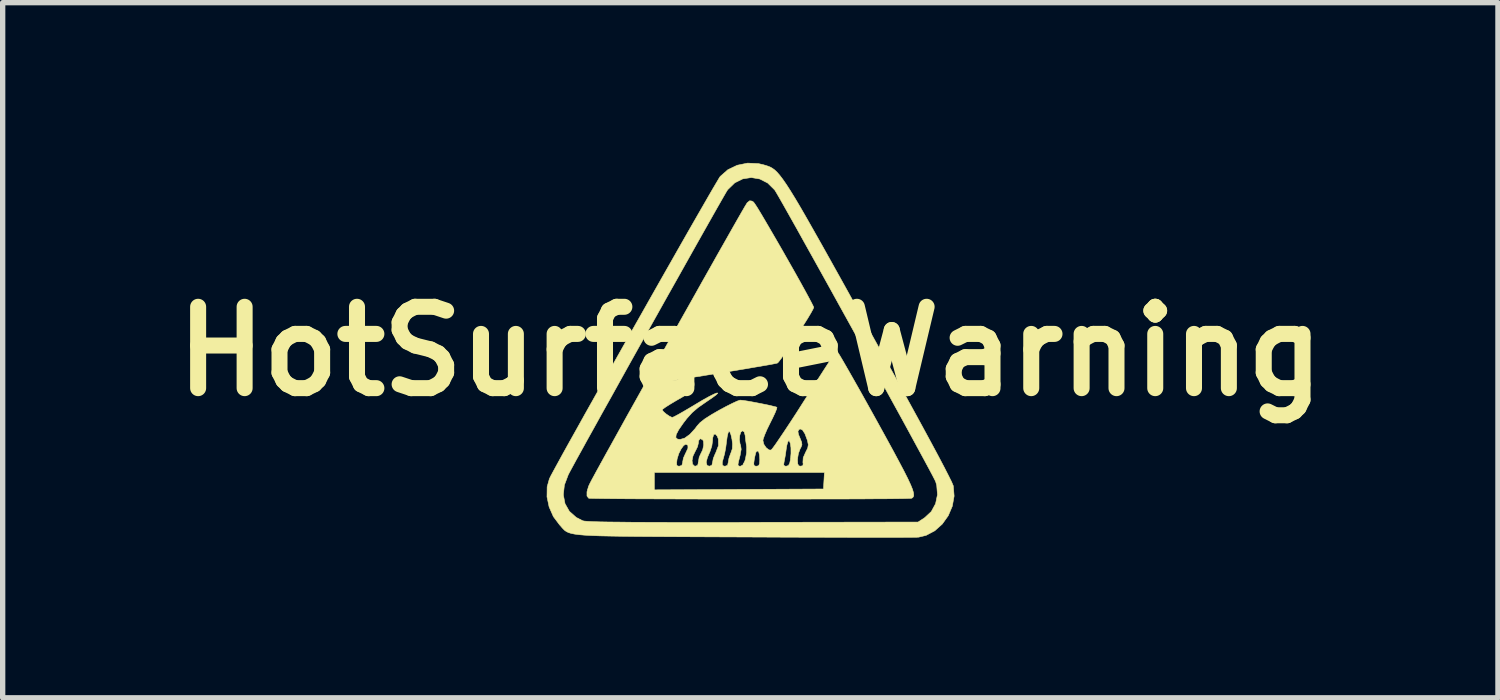
<source format=kicad_pcb>
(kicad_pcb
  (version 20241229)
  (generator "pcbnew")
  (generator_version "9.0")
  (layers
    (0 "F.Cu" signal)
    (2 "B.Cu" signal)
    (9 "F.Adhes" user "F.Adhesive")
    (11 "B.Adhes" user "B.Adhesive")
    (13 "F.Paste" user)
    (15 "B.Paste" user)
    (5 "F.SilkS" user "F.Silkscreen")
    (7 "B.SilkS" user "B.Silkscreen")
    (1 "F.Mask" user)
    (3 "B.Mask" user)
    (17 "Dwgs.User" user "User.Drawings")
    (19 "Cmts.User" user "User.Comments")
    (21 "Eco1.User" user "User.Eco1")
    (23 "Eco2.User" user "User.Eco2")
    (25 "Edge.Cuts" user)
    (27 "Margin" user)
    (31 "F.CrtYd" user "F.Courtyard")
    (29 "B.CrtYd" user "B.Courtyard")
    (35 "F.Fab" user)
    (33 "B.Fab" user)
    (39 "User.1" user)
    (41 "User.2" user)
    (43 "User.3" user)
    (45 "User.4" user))
  (footprint "HotSurfaceWarning"
    (layer "F.Cu")
    (at 11.002 3.53)
    (property "Reference" "HotSurfaceWarning" (at 0 0 0) (layer "F.SilkS") (effects (font (size 1.524 1.524) (thickness 0.3))))
    (attr through_hole)
    (fp_poly (pts (xy 0.152 -3.516) (xy 0.243 -3.495) (xy 0.291 -3.481) (xy 0.334 -3.467) (xy 0.376 -3.45) (xy 0.416 -3.427) (xy 0.458 -3.396) (xy 0.503 -3.353) (xy 0.553 -3.295) (xy 0.61 -3.22) (xy 0.675 -3.126) (xy 0.751 -3.008) (xy 0.839 -2.865) (xy 0.941 -2.693) (xy 1.058 -2.49) (xy 1.193 -2.252) (xy 1.348 -1.978) (xy 1.524 -1.663) (xy 1.723 -1.306) (xy 1.946 -0.904) (xy 2.197 -0.453) (xy 2.221 -0.409) (xy 2.507 0.106) (xy 2.765 0.573) (xy 2.994 0.99) (xy 3.195 1.357) (xy 3.368 1.676) (xy 3.512 1.944) (xy 3.627 2.162) (xy 3.713 2.33) (xy 3.771 2.447) (xy 3.799 2.513) (xy 3.802 2.522) (xy 3.817 2.711) (xy 3.783 2.9) (xy 3.707 3.078) (xy 3.595 3.235) (xy 3.454 3.361) (xy 3.291 3.447) (xy 3.153 3.48) (xy 3.11 3.482) (xy 3.012 3.483) (xy 2.863 3.484) (xy 2.667 3.484) (xy 2.428 3.484) (xy 2.15 3.484) (xy 1.837 3.484) (xy 1.493 3.483) (xy 1.121 3.482) (xy 0.726 3.481) (xy 0.313 3.479) (xy -0.116 3.477) (xy -0.118 3.477) (xy -0.625 3.475) (xy -1.077 3.473) (xy -1.477 3.471) (xy -1.828 3.469) (xy -2.134 3.467) (xy -2.398 3.464) (xy -2.623 3.46) (xy -2.813 3.456) (xy -2.971 3.45) (xy -3.101 3.443) (xy -3.206 3.434) (xy -3.289 3.423) (xy -3.353 3.41) (xy -3.403 3.395) (xy -3.441 3.377) (xy -3.472 3.357) (xy -3.497 3.333) (xy -3.522 3.307) (xy -3.548 3.276) (xy -3.571 3.251) (xy -3.688 3.095) (xy -3.768 2.914) (xy -3.808 2.724) (xy -3.807 2.687) (xy -3.502 2.687) (xy -3.47 2.853) (xy -3.389 2.996) (xy -3.259 3.111) (xy -3.138 3.173) (xy -3.108 3.179) (xy -3.047 3.184) (xy -2.952 3.189) (xy -2.822 3.193) (xy -2.654 3.196) (xy -2.446 3.198) (xy -2.194 3.201) (xy -1.897 3.202) (xy -1.553 3.203) (xy -1.157 3.203) (xy -0.709 3.203) (xy -0.206 3.203) (xy 0.046 3.202) (xy 3.142 3.197) (xy 3.268 3.114) (xy 3.39 3) (xy 3.47 2.853) (xy 3.505 2.685) (xy 3.491 2.508) (xy 3.472 2.443) (xy 3.453 2.402) (xy 3.408 2.315) (xy 3.338 2.184) (xy 3.247 2.015) (xy 3.136 1.811) (xy 3.009 1.577) (xy 2.867 1.316) (xy 2.712 1.034) (xy 2.547 0.734) (xy 2.375 0.42) (xy 2.197 0.098) (xy 2.017 -0.23) (xy 1.835 -0.559) (xy 1.655 -0.884) (xy 1.48 -1.201) (xy 1.31 -1.507) (xy 1.149 -1.796) (xy 0.999 -2.065) (xy 0.863 -2.31) (xy 0.742 -2.525) (xy 0.639 -2.708) (xy 0.556 -2.854) (xy 0.496 -2.958) (xy 0.461 -3.016) (xy 0.454 -3.025) (xy 0.326 -3.152) (xy 0.177 -3.228) (xy 0.018 -3.255) (xy -0.142 -3.23) (xy -0.291 -3.156) (xy -0.421 -3.03) (xy -0.425 -3.025) (xy -0.448 -2.989) (xy -0.496 -2.906) (xy -0.568 -2.78) (xy -0.662 -2.615) (xy -0.775 -2.415) (xy -0.905 -2.185) (xy -1.049 -1.929) (xy -1.205 -1.651) (xy -1.371 -1.355) (xy -1.545 -1.046) (xy -1.723 -0.728) (xy -1.904 -0.405) (xy -2.085 -0.081) (xy -2.264 0.239) (xy -2.438 0.552) (xy -2.605 0.853) (xy -2.764 1.137) (xy -2.91 1.401) (xy -3.043 1.64) (xy -3.159 1.851) (xy -3.257 2.028) (xy -3.333 2.168) (xy -3.386 2.266) (xy -3.409 2.31) (xy -3.482 2.504) (xy -3.502 2.687) (xy -3.807 2.687) (xy -3.805 2.537) (xy -3.763 2.387) (xy -3.738 2.336) (xy -3.686 2.239) (xy -3.61 2.1) (xy -3.513 1.923) (xy -3.396 1.712) (xy -3.261 1.471) (xy -3.113 1.205) (xy -2.951 0.917) (xy -2.78 0.612) (xy -2.601 0.294) (xy -2.416 -0.033) (xy -2.229 -0.366) (xy -2.04 -0.699) (xy -1.853 -1.03) (xy -1.67 -1.353) (xy -1.493 -1.664) (xy -1.325 -1.96) (xy -1.167 -2.237) (xy -1.022 -2.49) (xy -0.893 -2.714) (xy -0.782 -2.907) (xy -0.691 -3.064) (xy -0.622 -3.18) (xy -0.579 -3.253) (xy -0.564 -3.275) (xy -0.421 -3.401) (xy -0.246 -3.485) (xy -0.051 -3.525) (xy 0.152 -3.516)) (stroke (width 0.01) (type solid)) (fill yes) (layer "F.SilkS"))
    (fp_poly (pts (xy 0.031 -2.814) (xy 0.06 -2.796) (xy 0.084 -2.764) (xy 0.133 -2.689) (xy 0.202 -2.575) (xy 0.287 -2.431) (xy 0.385 -2.263) (xy 0.492 -2.079) (xy 0.604 -1.885) (xy 0.716 -1.688) (xy 0.825 -1.496) (xy 0.927 -1.314) (xy 1.017 -1.151) (xy 1.092 -1.013) (xy 1.148 -0.907) (xy 1.181 -0.841) (xy 1.188 -0.824) (xy 1.175 -0.791) (xy 1.135 -0.718) (xy 1.073 -0.614) (xy 0.995 -0.49) (xy 0.907 -0.353) (xy 0.816 -0.212) (xy 0.726 -0.078) (xy 0.644 0.042) (xy 0.576 0.137) (xy 0.528 0.2) (xy 0.507 0.22) (xy 0.467 0.229) (xy 0.376 0.247) (xy 0.242 0.27) (xy 0.072 0.299) (xy -0.126 0.333) (xy -0.344 0.369) (xy -0.441 0.384) (xy -0.669 0.421) (xy -0.881 0.456) (xy -1.071 0.486) (xy -1.23 0.512) (xy -1.35 0.532) (xy -1.423 0.544) (xy -1.436 0.546) (xy -1.51 0.574) (xy -1.536 0.616) (xy -1.518 0.666) (xy -1.463 0.713) (xy -1.377 0.75) (xy -1.296 0.765) (xy -1.142 0.781) (xy -1.396 0.927) (xy -1.503 0.991) (xy -1.588 1.045) (xy -1.64 1.083) (xy -1.65 1.095) (xy -1.628 1.128) (xy -1.575 1.174) (xy -1.514 1.215) (xy -1.466 1.237) (xy -1.461 1.238) (xy -1.425 1.223) (xy -1.348 1.182) (xy -1.241 1.121) (xy -1.112 1.045) (xy -1.037 1) (xy -0.886 0.91) (xy -0.765 0.843) (xy -0.676 0.799) (xy -0.623 0.779) (xy -0.609 0.783) (xy -0.637 0.813) (xy -0.711 0.868) (xy -0.833 0.951) (xy -0.978 1.052) (xy -1.09 1.148) (xy -1.19 1.259) (xy -1.253 1.341) (xy -1.341 1.468) (xy -1.388 1.558) (xy -1.395 1.615) (xy -1.363 1.644) (xy -1.314 1.65) (xy -1.229 1.625) (xy -1.132 1.555) (xy -1.035 1.449) (xy -0.999 1.4) (xy -0.943 1.337) (xy -0.852 1.265) (xy -0.718 1.18) (xy -0.586 1.104) (xy -0.454 1.033) (xy -0.337 0.974) (xy -0.246 0.932) (xy -0.193 0.914) (xy -0.188 0.914) (xy -0.134 0.919) (xy -0.042 0.933) (xy 0.073 0.954) (xy 0.197 0.978) (xy 0.316 1.002) (xy 0.415 1.025) (xy 0.481 1.041) (xy 0.499 1.049) (xy 0.492 1.08) (xy 0.464 1.151) (xy 0.417 1.251) (xy 0.375 1.335) (xy 0.316 1.455) (xy 0.27 1.562) (xy 0.242 1.64) (xy 0.236 1.669) (xy 0.253 1.74) (xy 0.296 1.804) (xy 0.349 1.846) (xy 0.388 1.849) (xy 0.414 1.821) (xy 0.467 1.749) (xy 0.543 1.638) (xy 0.64 1.494) (xy 0.753 1.323) (xy 0.878 1.131) (xy 1.011 0.922) (xy 1.015 0.916) (xy 1.148 0.707) (xy 1.271 0.515) (xy 1.381 0.344) (xy 1.474 0.2) (xy 1.547 0.089) (xy 1.596 0.017) (xy 1.616 -0.012) (xy 1.617 -0.012) (xy 1.634 0.011) (xy 1.677 0.08) (xy 1.743 0.192) (xy 1.829 0.341) (xy 1.932 0.522) (xy 2.05 0.73) (xy 2.179 0.961) (xy 2.318 1.211) (xy 2.35 1.269) (xy 2.521 1.579) (xy 2.665 1.842) (xy 2.783 2.062) (xy 2.878 2.242) (xy 2.951 2.387) (xy 3.004 2.501) (xy 3.039 2.588) (xy 3.057 2.652) (xy 3.061 2.697) (xy 3.052 2.726) (xy 3.033 2.745) (xy 3.018 2.752) (xy 2.982 2.754) (xy 2.893 2.757) (xy 2.754 2.759) (xy 2.571 2.761) (xy 2.348 2.762) (xy 2.09 2.764) (xy 1.802 2.765) (xy 1.489 2.766) (xy 1.156 2.766) (xy 0.807 2.767) (xy 0.447 2.767) (xy 0.081 2.767) (xy -0.286 2.767) (xy -0.649 2.767) (xy -1.003 2.766) (xy -1.345 2.765) (xy -1.668 2.764) (xy -1.968 2.763) (xy -2.24 2.762) (xy -2.48 2.76) (xy -2.683 2.758) (xy -2.843 2.756) (xy -2.957 2.754) (xy -3.018 2.752) (xy -3.028 2.75) (xy -3.059 2.709) (xy -3.059 2.631) (xy -3.03 2.529) (xy -3.006 2.477) (xy -2.968 2.404) (xy -2.905 2.288) (xy -2.895 2.269) (xy -1.797 2.269) (xy -1.797 2.594) (xy -0.214 2.586) (xy 1.37 2.578) (xy 1.379 2.424) (xy 1.388 2.269) (xy -1.797 2.269) (xy -2.895 2.269) (xy -2.82 2.133) (xy -2.805 2.106) (xy -1.382 2.106) (xy -1.373 2.141) (xy -1.341 2.151) (xy -1.33 2.151) (xy -1.282 2.136) (xy -1.267 2.083) (xy -1.267 2.073) (xy -1.262 2.046) (xy -1.091 2.046) (xy -1.081 2.114) (xy -1.045 2.149) (xy -1.031 2.151) (xy -0.987 2.136) (xy -0.973 2.084) (xy -0.825 2.084) (xy -0.809 2.138) (xy -0.766 2.151) (xy -0.72 2.134) (xy -0.718 2.126) (xy -0.525 2.126) (xy -0.498 2.149) (xy -0.471 2.151) (xy -0.425 2.134) (xy -0.422 2.118) (xy -0.231 2.118) (xy -0.224 2.144) (xy -0.201 2.151) (xy -0.183 2.151) (xy -0.14 2.128) (xy -0.128 2.104) (xy 0.064 2.104) (xy 0.072 2.141) (xy 0.102 2.151) (xy 0.115 2.151) (xy 0.154 2.143) (xy 0.162 2.128) (xy 0.624 2.128) (xy 0.647 2.149) (xy 0.672 2.151) (xy 0.714 2.139) (xy 0.738 2.094) (xy 0.751 2.03) (xy 0.884 2.03) (xy 0.889 2.109) (xy 0.908 2.144) (xy 0.943 2.151) (xy 0.986 2.14) (xy 0.989 2.097) (xy 0.985 2.08) (xy 0.991 1.991) (xy 1.035 1.892) (xy 1.075 1.812) (xy 1.086 1.749) (xy 1.071 1.674) (xy 1.067 1.661) (xy 1.023 1.543) (xy 0.977 1.472) (xy 0.933 1.453) (xy 0.911 1.465) (xy 0.892 1.5) (xy 0.902 1.556) (xy 0.929 1.621) (xy 0.961 1.7) (xy 0.967 1.751) (xy 0.948 1.8) (xy 0.933 1.826) (xy 0.901 1.912) (xy 0.884 2.014) (xy 0.884 2.03) (xy 0.751 2.03) (xy 0.752 2.026) (xy 0.762 1.912) (xy 0.761 1.805) (xy 0.749 1.721) (xy 0.729 1.675) (xy 0.722 1.672) (xy 0.703 1.694) (xy 0.684 1.76) (xy 0.673 1.827) (xy 0.658 1.935) (xy 0.641 2.031) (xy 0.633 2.07) (xy 0.624 2.128) (xy 0.162 2.128) (xy 0.172 2.109) (xy 0.177 2.033) (xy 0.177 2.02) (xy 0.171 1.937) (xy 0.157 1.882) (xy 0.149 1.872) (xy 0.123 1.867) (xy 0.103 1.896) (xy 0.085 1.969) (xy 0.074 2.026) (xy 0.064 2.104) (xy -0.128 2.104) (xy -0.103 2.054) (xy -0.092 2.019) (xy -0.07 1.901) (xy -0.069 1.789) (xy -0.071 1.775) (xy -0.086 1.674) (xy -0.096 1.581) (xy -0.096 1.576) (xy -0.115 1.508) (xy -0.147 1.488) (xy -0.178 1.514) (xy -0.198 1.577) (xy -0.204 1.657) (xy -0.192 1.733) (xy -0.182 1.759) (xy -0.171 1.834) (xy -0.192 1.954) (xy -0.194 1.96) (xy -0.22 2.061) (xy -0.231 2.118) (xy -0.422 2.118) (xy -0.413 2.078) (xy -0.4 2.002) (xy -0.369 1.914) (xy -0.365 1.907) (xy -0.337 1.825) (xy -0.333 1.734) (xy -0.343 1.65) (xy -0.362 1.563) (xy -0.384 1.508) (xy -0.398 1.497) (xy -0.416 1.526) (xy -0.433 1.598) (xy -0.445 1.686) (xy -0.46 1.804) (xy -0.481 1.915) (xy -0.497 1.974) (xy -0.524 2.071) (xy -0.525 2.126) (xy -0.718 2.126) (xy -0.707 2.078) (xy -0.693 2.005) (xy -0.657 1.918) (xy -0.648 1.901) (xy -0.596 1.765) (xy -0.599 1.641) (xy -0.62 1.588) (xy -0.656 1.547) (xy -0.686 1.56) (xy -0.704 1.62) (xy -0.707 1.675) (xy -0.721 1.774) (xy -0.756 1.88) (xy -0.766 1.901) (xy -0.803 1.988) (xy -0.824 2.066) (xy -0.825 2.084) (xy -0.973 2.084) (xy -0.973 2.081) (xy -0.972 2.069) (xy -0.958 1.985) (xy -0.933 1.929) (xy -0.892 1.845) (xy -0.873 1.755) (xy -0.878 1.682) (xy -0.895 1.653) (xy -0.941 1.636) (xy -0.968 1.673) (xy -0.973 1.721) (xy -0.989 1.787) (xy -1.027 1.865) (xy -1.031 1.871) (xy -1.074 1.96) (xy -1.091 2.046) (xy -1.262 2.046) (xy -1.252 1.997) (xy -1.213 1.91) (xy -1.206 1.897) (xy -1.168 1.815) (xy -1.169 1.759) (xy -1.208 1.739) (xy -1.249 1.764) (xy -1.296 1.829) (xy -1.34 1.916) (xy -1.369 2.009) (xy -1.373 2.029) (xy -1.382 2.106) (xy -2.805 2.106) (xy -2.715 1.942) (xy -2.592 1.721) (xy -2.454 1.472) (xy -2.304 1.201) (xy -2.142 0.912) (xy -1.973 0.609) (xy -1.798 0.295) (xy -1.619 -0.024) (xy -1.44 -0.345) (xy -1.261 -0.663) (xy -1.086 -0.974) (xy -0.918 -1.274) (xy -0.757 -1.559) (xy -0.608 -1.824) (xy -0.471 -2.065) (xy -0.35 -2.279) (xy -0.247 -2.46) (xy -0.164 -2.605) (xy -0.103 -2.71) (xy -0.067 -2.769) (xy -0.059 -2.782) (xy -0.012 -2.82) (xy 0.031 -2.814)) (stroke (width 0.01) (type solid)) (fill yes) (layer "F.SilkS")))
  (gr_rect
    (start -3 -3)
    (end 25.004 10.019)
    (stroke (width 0.1) (type default))
    (fill no)
    (layer "Edge.Cuts")))
</source>
